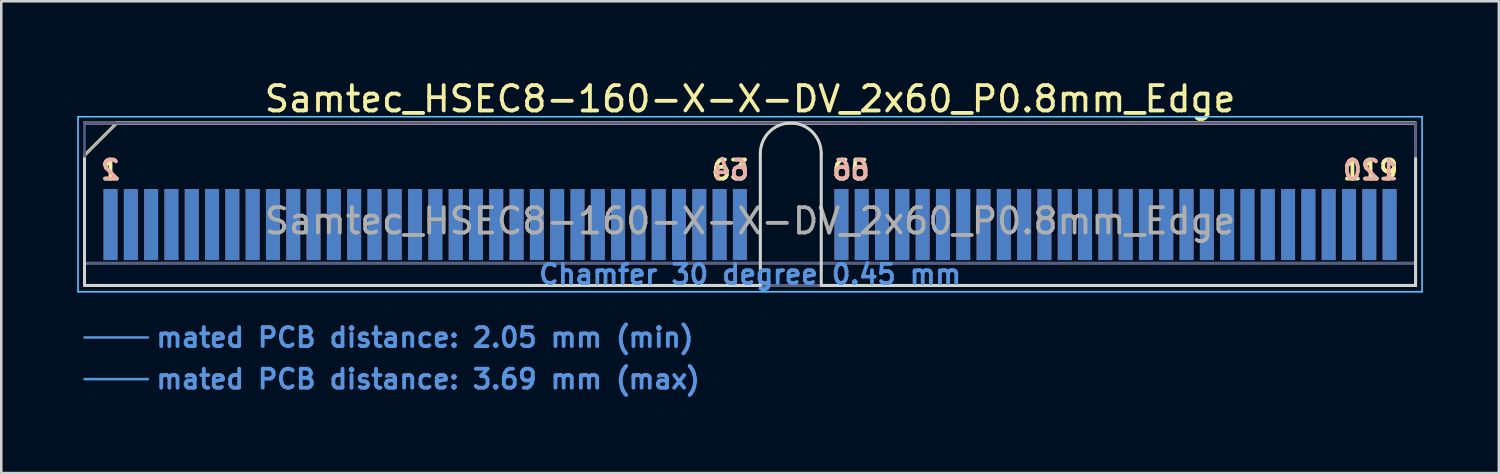
<source format=kicad_pcb>
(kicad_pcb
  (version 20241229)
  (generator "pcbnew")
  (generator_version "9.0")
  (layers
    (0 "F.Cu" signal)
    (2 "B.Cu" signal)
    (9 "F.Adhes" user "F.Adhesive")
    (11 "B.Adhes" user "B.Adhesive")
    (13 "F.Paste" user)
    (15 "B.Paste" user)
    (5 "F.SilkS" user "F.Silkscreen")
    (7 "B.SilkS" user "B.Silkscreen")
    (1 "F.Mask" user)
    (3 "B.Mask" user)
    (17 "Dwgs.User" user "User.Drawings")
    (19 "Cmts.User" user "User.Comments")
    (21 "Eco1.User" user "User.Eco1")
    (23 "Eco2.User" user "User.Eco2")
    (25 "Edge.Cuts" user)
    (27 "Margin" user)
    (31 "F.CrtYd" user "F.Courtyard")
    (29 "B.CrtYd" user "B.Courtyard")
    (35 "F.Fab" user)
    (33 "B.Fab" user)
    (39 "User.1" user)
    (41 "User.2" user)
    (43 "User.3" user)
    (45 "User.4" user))
  (footprint "Samtec_HSEC8-160-X-X-DV_2x60_P0.8mm_Edge"
    (layer "F.Cu")
    (at 26.505 8.198)
    (property "Reference" "Samtec_HSEC8-160-X-X-DV_2x60_P0.8mm_Edge" (at 0 -7.35 0) (layer "F.SilkS") (effects (font (size 1 1) (thickness 0.15))))
    (attr exclude_from_pos_files exclude_from_bom)
    (fp_line (start -26.225 -5.13) (end -24.955 -6.4) (stroke (width 0.12) (type solid)) (layer "F.SilkS"))
    (fp_line (start -24.955 -6.4) (end 26.225 -6.4) (stroke (width 0.12) (type solid)) (layer "F.SilkS"))
    (fp_line (start -26.225 -6.4) (end -26.225 -6.4) (stroke (width 0.12) (type solid)) (layer "B.SilkS"))
    (fp_line (start -26.225 -6.4) (end 26.225 -6.4) (stroke (width 0.12) (type solid)) (layer "B.SilkS"))
    (fp_line (start -26.225 2.05) (end -23.725 2.05) (stroke (width 0.1) (type solid)) (layer "Cmts.User"))
    (fp_line (start -26.225 3.69) (end -23.725 3.69) (stroke (width 0.1) (type solid)) (layer "Cmts.User"))
    (fp_line (start -26.225 -5) (end -26.225 0) (stroke (width 0.12) (type solid)) (layer "Edge.Cuts"))
    (fp_line (start -26.225 0) (end 0.405 0) (stroke (width 0.12) (type solid)) (layer "Edge.Cuts"))
    (fp_line (start 0.405 0) (end 0.405 -5.2) (stroke (width 0.12) (type solid)) (layer "Edge.Cuts"))
    (fp_line (start 2.805 -5.2) (end 2.805 0) (stroke (width 0.12) (type solid)) (layer "Edge.Cuts"))
    (fp_line (start 2.805 0) (end 26.225 0) (stroke (width 0.12) (type solid)) (layer "Edge.Cuts"))
    (fp_line (start 26.225 0) (end 26.225 -5) (stroke (width 0.12) (type solid)) (layer "Edge.Cuts"))
    (fp_arc (start 0.405 -5.2) (mid 1.605 -6.4) (end 2.805 -5.2) (stroke (width 0.12) (type solid)) (layer "Edge.Cuts"))
    (fp_line (start -26.48 -6.65) (end -26.48 0.25) (stroke (width 0.05) (type solid)) (layer "B.CrtYd"))
    (fp_line (start -26.48 0.25) (end 26.48 0.25) (stroke (width 0.05) (type solid)) (layer "B.CrtYd"))
    (fp_line (start 26.48 -6.65) (end -26.48 -6.65) (stroke (width 0.05) (type solid)) (layer "B.CrtYd"))
    (fp_line (start 26.48 0.25) (end 26.48 -6.65) (stroke (width 0.05) (type solid)) (layer "B.CrtYd"))
    (fp_line (start -26.48 -6.65) (end -26.48 0.25) (stroke (width 0.05) (type solid)) (layer "F.CrtYd"))
    (fp_line (start -26.48 0.25) (end 26.48 0.25) (stroke (width 0.05) (type solid)) (layer "F.CrtYd"))
    (fp_line (start 26.48 -6.65) (end -26.48 -6.65) (stroke (width 0.05) (type solid)) (layer "F.CrtYd"))
    (fp_line (start 26.48 0.25) (end 26.48 -6.65) (stroke (width 0.05) (type solid)) (layer "F.CrtYd"))
    (fp_line (start -26.225 -6.4) (end -26.225 -6.4) (stroke (width 0.1) (type solid)) (layer "B.Fab"))
    (fp_line (start -26.225 -6.4) (end -26.225 0) (stroke (width 0.1) (type solid)) (layer "B.Fab"))
    (fp_line (start -26.225 -6.4) (end 26.225 -6.4) (stroke (width 0.1) (type solid)) (layer "B.Fab"))
    (fp_line (start -26.225 -0.88) (end 26.225 -0.88) (stroke (width 0.1) (type solid)) (layer "B.Fab"))
    (fp_line (start -26.225 0) (end 26.225 0) (stroke (width 0.1) (type solid)) (layer "B.Fab"))
    (fp_line (start 26.225 -6.4) (end 26.225 0) (stroke (width 0.1) (type solid)) (layer "B.Fab"))
    (fp_line (start -26.225 -5.13) (end -26.225 0) (stroke (width 0.1) (type solid)) (layer "F.Fab"))
    (fp_line (start -26.225 -5.13) (end -24.955 -6.4) (stroke (width 0.1) (type solid)) (layer "F.Fab"))
    (fp_line (start -26.225 -0.88) (end 26.225 -0.88) (stroke (width 0.1) (type solid)) (layer "F.Fab"))
    (fp_line (start -26.225 0) (end 26.225 0) (stroke (width 0.1) (type solid)) (layer "F.Fab"))
    (fp_line (start -24.955 -6.4) (end 26.225 -6.4) (stroke (width 0.1) (type solid)) (layer "F.Fab"))
    (fp_line (start 26.225 -6.4) (end 26.225 0) (stroke (width 0.1) (type solid)) (layer "F.Fab"))
    (fp_text user "63" (at -0.775 -4.55 0) (layer "F.SilkS") (effects (font (size 0.75 0.75) (thickness 0.15))))
    (fp_text user "119" (at 24.45 -4.55 0) (layer "F.SilkS") (effects (font (size 0.75 0.75) (thickness 0.15))))
    (fp_text user "65" (at 3.975 -4.55 0) (layer "F.SilkS") (effects (font (size 0.75 0.75) (thickness 0.15))))
    (fp_text user "1" (at -25.2 -4.55 0) (layer "F.SilkS") (effects (font (size 0.75 0.75) (thickness 0.15))))
    (fp_text user "120" (at 24.45 -4.55 0) (layer "B.SilkS") (effects (font (size 0.75 0.75) (thickness 0.15)) (justify mirror)))
    (fp_text user "66" (at 3.975 -4.55 0) (layer "B.SilkS") (effects (font (size 0.75 0.75) (thickness 0.15)) (justify mirror)))
    (fp_text user "2" (at -25.2 -4.55 0) (layer "B.SilkS") (effects (font (size 0.75 0.75) (thickness 0.15)) (justify mirror)))
    (fp_text user "64" (at -0.775 -4.55 0) (layer "B.SilkS") (effects (font (size 0.75 0.75) (thickness 0.15)) (justify mirror)))
    (fp_text user "Chamfer 30 degree 0.45 mm" (at 0 -0.44 0) (layer "Cmts.User") (effects (font (size 0.75 0.75) (thickness 0.15))))
    (fp_text user "mated PCB distance: 3.69 mm (max)" (at -23.48 3.69 0) (layer "Cmts.User") (effects (font (size 0.75 0.75) (thickness 0.15)) (justify left)))
    (fp_text user "mated PCB distance: 2.05 mm (min)" (at -23.48 2.05 0) (layer "Cmts.User") (effects (font (size 0.75 0.75) (thickness 0.15)) (justify left)))
    (fp_text user "${REFERENCE}" (at 0 -2.54 0) (layer "F.Fab") (effects (font (size 1 1) (thickness 0.15))))
    (pad "1" connect rect (at -25.2 -2.4) (size 0.55 2.8) (layers "F.Cu" "F.Mask"))
    (pad "2" connect rect (at -25.2 -2.4) (size 0.55 2.8) (layers "B.Cu" "B.Mask"))
    (pad "3" connect rect (at -24.4 -2.4) (size 0.55 2.8) (layers "F.Cu" "F.Mask"))
    (pad "4" connect rect (at -24.4 -2.4) (size 0.55 2.8) (layers "B.Cu" "B.Mask"))
    (pad "5" connect rect (at -23.6 -2.4) (size 0.55 2.8) (layers "F.Cu" "F.Mask"))
    (pad "6" connect rect (at -23.6 -2.4) (size 0.55 2.8) (layers "B.Cu" "B.Mask"))
    (pad "7" connect rect (at -22.8 -2.4) (size 0.55 2.8) (layers "F.Cu" "F.Mask"))
    (pad "8" connect rect (at -22.8 -2.4) (size 0.55 2.8) (layers "B.Cu" "B.Mask"))
    (pad "9" connect rect (at -22 -2.4) (size 0.55 2.8) (layers "F.Cu" "F.Mask"))
    (pad "10" connect rect (at -22 -2.4) (size 0.55 2.8) (layers "B.Cu" "B.Mask"))
    (pad "11" connect rect (at -21.2 -2.4) (size 0.55 2.8) (layers "F.Cu" "F.Mask"))
    (pad "12" connect rect (at -21.2 -2.4) (size 0.55 2.8) (layers "B.Cu" "B.Mask"))
    (pad "13" connect rect (at -20.4 -2.4) (size 0.55 2.8) (layers "F.Cu" "F.Mask"))
    (pad "14" connect rect (at -20.4 -2.4) (size 0.55 2.8) (layers "B.Cu" "B.Mask"))
    (pad "15" connect rect (at -19.6 -2.4) (size 0.55 2.8) (layers "F.Cu" "F.Mask"))
    (pad "16" connect rect (at -19.6 -2.4) (size 0.55 2.8) (layers "B.Cu" "B.Mask"))
    (pad "17" connect rect (at -18.8 -2.4) (size 0.55 2.8) (layers "F.Cu" "F.Mask"))
    (pad "18" connect rect (at -18.8 -2.4) (size 0.55 2.8) (layers "B.Cu" "B.Mask"))
    (pad "19" connect rect (at -18 -2.4) (size 0.55 2.8) (layers "F.Cu" "F.Mask"))
    (pad "20" connect rect (at -18 -2.4) (size 0.55 2.8) (layers "B.Cu" "B.Mask"))
    (pad "21" connect rect (at -17.2 -2.4) (size 0.55 2.8) (layers "F.Cu" "F.Mask"))
    (pad "22" connect rect (at -17.2 -2.4) (size 0.55 2.8) (layers "B.Cu" "B.Mask"))
    (pad "23" connect rect (at -16.4 -2.4) (size 0.55 2.8) (layers "F.Cu" "F.Mask"))
    (pad "24" connect rect (at -16.4 -2.4) (size 0.55 2.8) (layers "B.Cu" "B.Mask"))
    (pad "25" connect rect (at -15.6 -2.4) (size 0.55 2.8) (layers "F.Cu" "F.Mask"))
    (pad "26" connect rect (at -15.6 -2.4) (size 0.55 2.8) (layers "B.Cu" "B.Mask"))
    (pad "27" connect rect (at -14.8 -2.4) (size 0.55 2.8) (layers "F.Cu" "F.Mask"))
    (pad "28" connect rect (at -14.8 -2.4) (size 0.55 2.8) (layers "B.Cu" "B.Mask"))
    (pad "29" connect rect (at -14 -2.4) (size 0.55 2.8) (layers "F.Cu" "F.Mask"))
    (pad "30" connect rect (at -14 -2.4) (size 0.55 2.8) (layers "B.Cu" "B.Mask"))
    (pad "31" connect rect (at -13.2 -2.4) (size 0.55 2.8) (layers "F.Cu" "F.Mask"))
    (pad "32" connect rect (at -13.2 -2.4) (size 0.55 2.8) (layers "B.Cu" "B.Mask"))
    (pad "33" connect rect (at -12.4 -2.4) (size 0.55 2.8) (layers "F.Cu" "F.Mask"))
    (pad "34" connect rect (at -12.4 -2.4) (size 0.55 2.8) (layers "B.Cu" "B.Mask"))
    (pad "35" connect rect (at -11.6 -2.4) (size 0.55 2.8) (layers "F.Cu" "F.Mask"))
    (pad "36" connect rect (at -11.6 -2.4) (size 0.55 2.8) (layers "B.Cu" "B.Mask"))
    (pad "37" connect rect (at -10.8 -2.4) (size 0.55 2.8) (layers "F.Cu" "F.Mask"))
    (pad "38" connect rect (at -10.8 -2.4) (size 0.55 2.8) (layers "B.Cu" "B.Mask"))
    (pad "39" connect rect (at -10 -2.4) (size 0.55 2.8) (layers "F.Cu" "F.Mask"))
    (pad "40" connect rect (at -10 -2.4) (size 0.55 2.8) (layers "B.Cu" "B.Mask"))
    (pad "41" connect rect (at -9.2 -2.4) (size 0.55 2.8) (layers "F.Cu" "F.Mask"))
    (pad "42" connect rect (at -9.2 -2.4) (size 0.55 2.8) (layers "B.Cu" "B.Mask"))
    (pad "43" connect rect (at -8.4 -2.4) (size 0.55 2.8) (layers "F.Cu" "F.Mask"))
    (pad "44" connect rect (at -8.4 -2.4) (size 0.55 2.8) (layers "B.Cu" "B.Mask"))
    (pad "45" connect rect (at -7.6 -2.4) (size 0.55 2.8) (layers "F.Cu" "F.Mask"))
    (pad "46" connect rect (at -7.6 -2.4) (size 0.55 2.8) (layers "B.Cu" "B.Mask"))
    (pad "47" connect rect (at -6.8 -2.4) (size 0.55 2.8) (layers "F.Cu" "F.Mask"))
    (pad "48" connect rect (at -6.8 -2.4) (size 0.55 2.8) (layers "B.Cu" "B.Mask"))
    (pad "49" connect rect (at -6 -2.4) (size 0.55 2.8) (layers "F.Cu" "F.Mask"))
    (pad "50" connect rect (at -6 -2.4) (size 0.55 2.8) (layers "B.Cu" "B.Mask"))
    (pad "51" connect rect (at -5.2 -2.4) (size 0.55 2.8) (layers "F.Cu" "F.Mask"))
    (pad "52" connect rect (at -5.2 -2.4) (size 0.55 2.8) (layers "B.Cu" "B.Mask"))
    (pad "53" connect rect (at -4.4 -2.4) (size 0.55 2.8) (layers "F.Cu" "F.Mask"))
    (pad "54" connect rect (at -4.4 -2.4) (size 0.55 2.8) (layers "B.Cu" "B.Mask"))
    (pad "55" connect rect (at -3.6 -2.4) (size 0.55 2.8) (layers "F.Cu" "F.Mask"))
    (pad "56" connect rect (at -3.6 -2.4) (size 0.55 2.8) (layers "B.Cu" "B.Mask"))
    (pad "57" connect rect (at -2.8 -2.4) (size 0.55 2.8) (layers "F.Cu" "F.Mask"))
    (pad "58" connect rect (at -2.8 -2.4) (size 0.55 2.8) (layers "B.Cu" "B.Mask"))
    (pad "59" connect rect (at -2 -2.4) (size 0.55 2.8) (layers "F.Cu" "F.Mask"))
    (pad "60" connect rect (at -2 -2.4) (size 0.55 2.8) (layers "B.Cu" "B.Mask"))
    (pad "61" connect rect (at -1.2 -2.4) (size 0.55 2.8) (layers "F.Cu" "F.Mask"))
    (pad "62" connect rect (at -1.2 -2.4) (size 0.55 2.8) (layers "B.Cu" "B.Mask"))
    (pad "63" connect rect (at -0.4 -2.4) (size 0.55 2.8) (layers "F.Cu" "F.Mask"))
    (pad "64" connect rect (at -0.4 -2.4) (size 0.55 2.8) (layers "B.Cu" "B.Mask"))
    (pad "65" connect rect (at 3.6 -2.4) (size 0.55 2.8) (layers "F.Cu" "F.Mask"))
    (pad "66" connect rect (at 3.6 -2.4) (size 0.55 2.8) (layers "B.Cu" "B.Mask"))
    (pad "67" connect rect (at 4.4 -2.4) (size 0.55 2.8) (layers "F.Cu" "F.Mask"))
    (pad "68" connect rect (at 4.4 -2.4) (size 0.55 2.8) (layers "B.Cu" "B.Mask"))
    (pad "69" connect rect (at 5.2 -2.4) (size 0.55 2.8) (layers "F.Cu" "F.Mask"))
    (pad "70" connect rect (at 5.2 -2.4) (size 0.55 2.8) (layers "B.Cu" "B.Mask"))
    (pad "71" connect rect (at 6 -2.4) (size 0.55 2.8) (layers "F.Cu" "F.Mask"))
    (pad "72" connect rect (at 6 -2.4) (size 0.55 2.8) (layers "B.Cu" "B.Mask"))
    (pad "73" connect rect (at 6.8 -2.4) (size 0.55 2.8) (layers "F.Cu" "F.Mask"))
    (pad "74" connect rect (at 6.8 -2.4) (size 0.55 2.8) (layers "B.Cu" "B.Mask"))
    (pad "75" connect rect (at 7.6 -2.4) (size 0.55 2.8) (layers "F.Cu" "F.Mask"))
    (pad "76" connect rect (at 7.6 -2.4) (size 0.55 2.8) (layers "B.Cu" "B.Mask"))
    (pad "77" connect rect (at 8.4 -2.4) (size 0.55 2.8) (layers "F.Cu" "F.Mask"))
    (pad "78" connect rect (at 8.4 -2.4) (size 0.55 2.8) (layers "B.Cu" "B.Mask"))
    (pad "79" connect rect (at 9.2 -2.4) (size 0.55 2.8) (layers "F.Cu" "F.Mask"))
    (pad "80" connect rect (at 9.2 -2.4) (size 0.55 2.8) (layers "B.Cu" "B.Mask"))
    (pad "81" connect rect (at 10 -2.4) (size 0.55 2.8) (layers "F.Cu" "F.Mask"))
    (pad "82" connect rect (at 10 -2.4) (size 0.55 2.8) (layers "B.Cu" "B.Mask"))
    (pad "83" connect rect (at 10.8 -2.4) (size 0.55 2.8) (layers "F.Cu" "F.Mask"))
    (pad "84" connect rect (at 10.8 -2.4) (size 0.55 2.8) (layers "B.Cu" "B.Mask"))
    (pad "85" connect rect (at 11.6 -2.4) (size 0.55 2.8) (layers "F.Cu" "F.Mask"))
    (pad "86" connect rect (at 11.6 -2.4) (size 0.55 2.8) (layers "B.Cu" "B.Mask"))
    (pad "87" connect rect (at 12.4 -2.4) (size 0.55 2.8) (layers "F.Cu" "F.Mask"))
    (pad "88" connect rect (at 12.4 -2.4) (size 0.55 2.8) (layers "B.Cu" "B.Mask"))
    (pad "89" connect rect (at 13.2 -2.4) (size 0.55 2.8) (layers "F.Cu" "F.Mask"))
    (pad "90" connect rect (at 13.2 -2.4) (size 0.55 2.8) (layers "B.Cu" "B.Mask"))
    (pad "91" connect rect (at 14 -2.4) (size 0.55 2.8) (layers "F.Cu" "F.Mask"))
    (pad "92" connect rect (at 14 -2.4) (size 0.55 2.8) (layers "B.Cu" "B.Mask"))
    (pad "93" connect rect (at 14.8 -2.4) (size 0.55 2.8) (layers "F.Cu" "F.Mask"))
    (pad "94" connect rect (at 14.8 -2.4) (size 0.55 2.8) (layers "B.Cu" "B.Mask"))
    (pad "95" connect rect (at 15.6 -2.4) (size 0.55 2.8) (layers "F.Cu" "F.Mask"))
    (pad "96" connect rect (at 15.6 -2.4) (size 0.55 2.8) (layers "B.Cu" "B.Mask"))
    (pad "97" connect rect (at 16.4 -2.4) (size 0.55 2.8) (layers "F.Cu" "F.Mask"))
    (pad "98" connect rect (at 16.4 -2.4) (size 0.55 2.8) (layers "B.Cu" "B.Mask"))
    (pad "99" connect rect (at 17.2 -2.4) (size 0.55 2.8) (layers "F.Cu" "F.Mask"))
    (pad "100" connect rect (at 17.2 -2.4) (size 0.55 2.8) (layers "B.Cu" "B.Mask"))
    (pad "101" connect rect (at 18 -2.4) (size 0.55 2.8) (layers "F.Cu" "F.Mask"))
    (pad "102" connect rect (at 18 -2.4) (size 0.55 2.8) (layers "B.Cu" "B.Mask"))
    (pad "103" connect rect (at 18.8 -2.4) (size 0.55 2.8) (layers "F.Cu" "F.Mask"))
    (pad "104" connect rect (at 18.8 -2.4) (size 0.55 2.8) (layers "B.Cu" "B.Mask"))
    (pad "105" connect rect (at 19.6 -2.4) (size 0.55 2.8) (layers "F.Cu" "F.Mask"))
    (pad "106" connect rect (at 19.6 -2.4) (size 0.55 2.8) (layers "B.Cu" "B.Mask"))
    (pad "107" connect rect (at 20.4 -2.4) (size 0.55 2.8) (layers "F.Cu" "F.Mask"))
    (pad "108" connect rect (at 20.4 -2.4) (size 0.55 2.8) (layers "B.Cu" "B.Mask"))
    (pad "109" connect rect (at 21.2 -2.4) (size 0.55 2.8) (layers "F.Cu" "F.Mask"))
    (pad "110" connect rect (at 21.2 -2.4) (size 0.55 2.8) (layers "B.Cu" "B.Mask"))
    (pad "111" connect rect (at 22 -2.4) (size 0.55 2.8) (layers "F.Cu" "F.Mask"))
    (pad "112" connect rect (at 22 -2.4) (size 0.55 2.8) (layers "B.Cu" "B.Mask"))
    (pad "113" connect rect (at 22.8 -2.4) (size 0.55 2.8) (layers "F.Cu" "F.Mask"))
    (pad "114" connect rect (at 22.8 -2.4) (size 0.55 2.8) (layers "B.Cu" "B.Mask"))
    (pad "115" connect rect (at 23.6 -2.4) (size 0.55 2.8) (layers "F.Cu" "F.Mask"))
    (pad "116" connect rect (at 23.6 -2.4) (size 0.55 2.8) (layers "B.Cu" "B.Mask"))
    (pad "117" connect rect (at 24.4 -2.4) (size 0.55 2.8) (layers "F.Cu" "F.Mask"))
    (pad "118" connect rect (at 24.4 -2.4) (size 0.55 2.8) (layers "B.Cu" "B.Mask"))
    (pad "119" connect rect (at 25.2 -2.4) (size 0.55 2.8) (layers "F.Cu" "F.Mask"))
    (pad "120" connect rect (at 25.2 -2.4) (size 0.55 2.8) (layers "B.Cu" "B.Mask")))
  (gr_rect
    (start -3 -3)
    (end 56.01 15.59)
    (stroke (width 0.1) (type default))
    (fill no)
    (layer "Edge.Cuts")))
</source>
